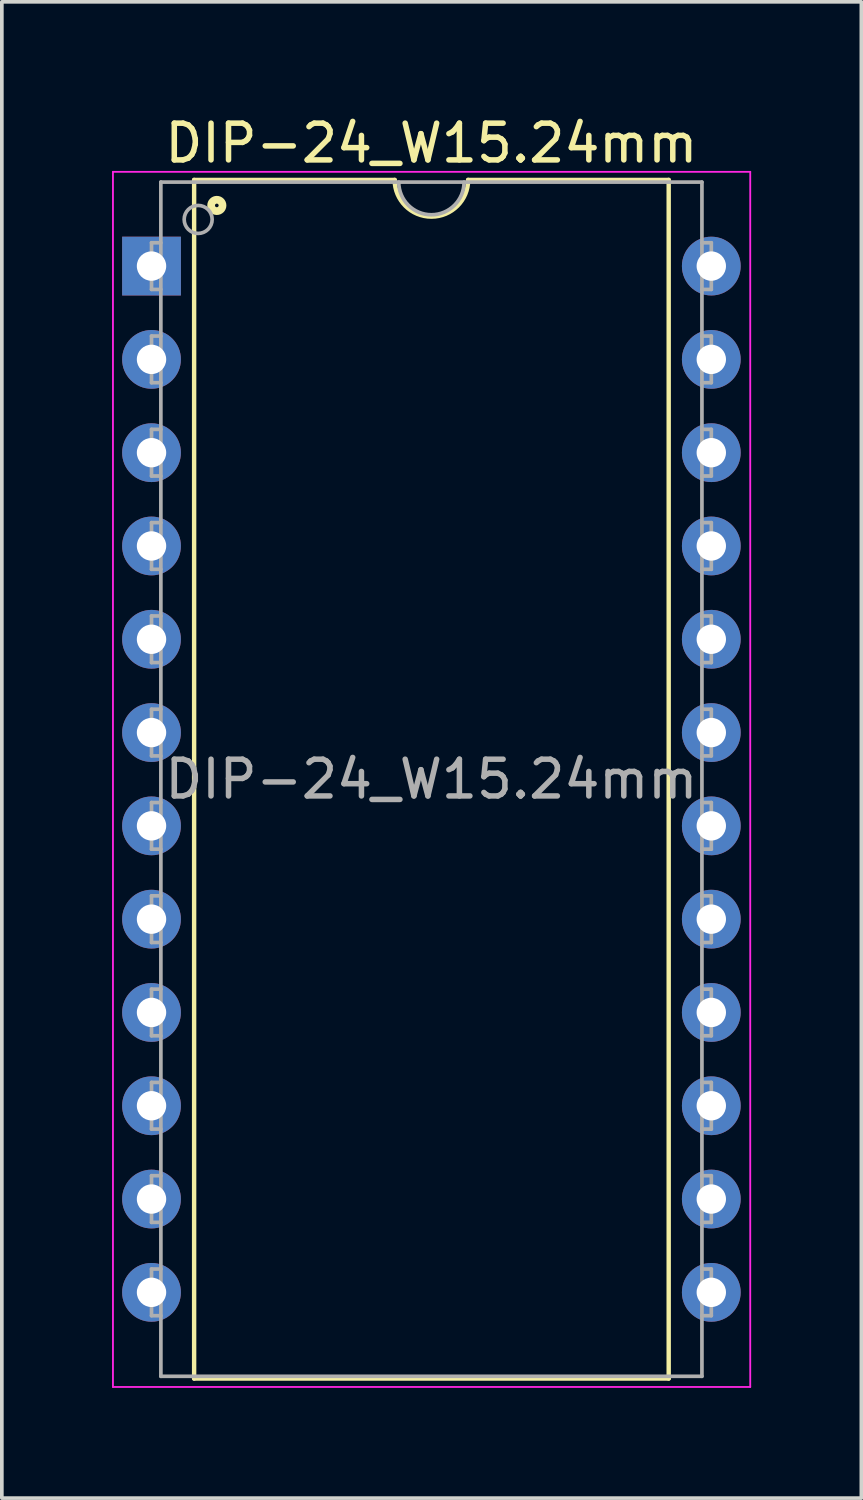
<source format=kicad_pcb>
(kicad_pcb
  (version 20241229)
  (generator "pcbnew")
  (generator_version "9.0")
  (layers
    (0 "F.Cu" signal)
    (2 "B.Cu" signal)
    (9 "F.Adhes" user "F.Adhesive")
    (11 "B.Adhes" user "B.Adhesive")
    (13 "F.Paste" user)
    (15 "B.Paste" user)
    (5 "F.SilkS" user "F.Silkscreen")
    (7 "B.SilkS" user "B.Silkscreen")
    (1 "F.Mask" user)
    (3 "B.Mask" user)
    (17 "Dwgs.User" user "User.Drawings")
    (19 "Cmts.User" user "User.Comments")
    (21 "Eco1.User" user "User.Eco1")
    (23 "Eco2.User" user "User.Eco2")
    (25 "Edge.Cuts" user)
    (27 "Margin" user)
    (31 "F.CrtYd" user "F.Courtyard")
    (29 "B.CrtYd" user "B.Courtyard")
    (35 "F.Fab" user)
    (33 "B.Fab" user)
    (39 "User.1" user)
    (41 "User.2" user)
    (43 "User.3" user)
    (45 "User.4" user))
  (footprint "DIP-24_W15.24mm"
    (layer "F.Cu")
    (at 1.075 4.194)
    (property "Reference" "DIP-24_W15.24mm" (at 7.62 -3.346 0) (layer "F.SilkS") (effects (font (size 1 1) (thickness 0.15))))
    (attr through_hole)
    (fp_line (start 1.16 -2.346) (end 1.16 30.286) (stroke (width 0.12) (type solid)) (layer "F.SilkS"))
    (fp_line (start 1.16 30.286) (end 14.08 30.286) (stroke (width 0.12) (type solid)) (layer "F.SilkS"))
    (fp_line (start 6.62 -2.346) (end 1.16 -2.346) (stroke (width 0.12) (type solid)) (layer "F.SilkS"))
    (fp_line (start 14.08 -2.346) (end 8.62 -2.346) (stroke (width 0.12) (type solid)) (layer "F.SilkS"))
    (fp_line (start 14.08 30.286) (end 14.08 -2.346) (stroke (width 0.12) (type solid)) (layer "F.SilkS"))
    (fp_arc (start 8.62 -2.346) (mid 7.62 -1.346) (end 6.62 -2.346) (stroke (width 0.12) (type solid)) (layer "F.SilkS"))
    (fp_circle (center 1.778 -1.651) (end 1.828 -1.651) (stroke (width 0.12) (type solid)) (fill no) (layer "F.SilkS"))
    (fp_circle (center 1.778 -1.651) (end 1.903 -1.651) (stroke (width 0.12) (type solid)) (fill no) (layer "F.SilkS"))
    (fp_circle (center 1.778 -1.651) (end 1.978 -1.651) (stroke (width 0.12) (type solid)) (fill no) (layer "F.SilkS"))
    (fp_line (start -1.05 -2.566) (end -1.05 30.516) (stroke (width 0.05) (type solid)) (layer "F.CrtYd"))
    (fp_line (start -1.05 30.516) (end 16.3 30.516) (stroke (width 0.05) (type solid)) (layer "F.CrtYd"))
    (fp_line (start 16.3 -2.566) (end -1.05 -2.566) (stroke (width 0.05) (type solid)) (layer "F.CrtYd"))
    (fp_line (start 16.3 30.516) (end 16.3 -2.566) (stroke (width 0.05) (type solid)) (layer "F.CrtYd"))
    (fp_line (start 0 -0.635) (end 0 0.635) (stroke (width 0.1) (type solid)) (layer "F.Fab"))
    (fp_line (start 0 -0.635) (end 0.254 -0.635) (stroke (width 0.1) (type solid)) (layer "F.Fab"))
    (fp_line (start 0 0.635) (end 0.254 0.635) (stroke (width 0.1) (type solid)) (layer "F.Fab"))
    (fp_line (start 0 1.905) (end 0 3.175) (stroke (width 0.1) (type solid)) (layer "F.Fab"))
    (fp_line (start 0 1.905) (end 0.254 1.905) (stroke (width 0.1) (type solid)) (layer "F.Fab"))
    (fp_line (start 0 3.175) (end 0.254 3.175) (stroke (width 0.1) (type solid)) (layer "F.Fab"))
    (fp_line (start 0 4.445) (end 0 5.715) (stroke (width 0.1) (type solid)) (layer "F.Fab"))
    (fp_line (start 0 4.445) (end 0.254 4.445) (stroke (width 0.1) (type solid)) (layer "F.Fab"))
    (fp_line (start 0 5.715) (end 0.254 5.715) (stroke (width 0.1) (type solid)) (layer "F.Fab"))
    (fp_line (start 0 6.985) (end 0 8.255) (stroke (width 0.1) (type solid)) (layer "F.Fab"))
    (fp_line (start 0 6.985) (end 0.254 6.985) (stroke (width 0.1) (type solid)) (layer "F.Fab"))
    (fp_line (start 0 8.255) (end 0.254 8.255) (stroke (width 0.1) (type solid)) (layer "F.Fab"))
    (fp_line (start 0 9.525) (end 0 10.795) (stroke (width 0.1) (type solid)) (layer "F.Fab"))
    (fp_line (start 0 9.525) (end 0.254 9.525) (stroke (width 0.1) (type solid)) (layer "F.Fab"))
    (fp_line (start 0 10.795) (end 0.254 10.795) (stroke (width 0.1) (type solid)) (layer "F.Fab"))
    (fp_line (start 0 12.065) (end 0 13.335) (stroke (width 0.1) (type solid)) (layer "F.Fab"))
    (fp_line (start 0 12.065) (end 0.254 12.065) (stroke (width 0.1) (type solid)) (layer "F.Fab"))
    (fp_line (start 0 13.335) (end 0.254 13.335) (stroke (width 0.1) (type solid)) (layer "F.Fab"))
    (fp_line (start 0 14.605) (end 0 15.875) (stroke (width 0.1) (type solid)) (layer "F.Fab"))
    (fp_line (start 0 14.605) (end 0.254 14.605) (stroke (width 0.1) (type solid)) (layer "F.Fab"))
    (fp_line (start 0 15.875) (end 0.254 15.875) (stroke (width 0.1) (type solid)) (layer "F.Fab"))
    (fp_line (start 0 17.145) (end 0 18.415) (stroke (width 0.1) (type solid)) (layer "F.Fab"))
    (fp_line (start 0 17.145) (end 0.254 17.145) (stroke (width 0.1) (type solid)) (layer "F.Fab"))
    (fp_line (start 0 18.415) (end 0.254 18.415) (stroke (width 0.1) (type solid)) (layer "F.Fab"))
    (fp_line (start 0 19.685) (end 0 20.955) (stroke (width 0.1) (type solid)) (layer "F.Fab"))
    (fp_line (start 0 19.685) (end 0.254 19.685) (stroke (width 0.1) (type solid)) (layer "F.Fab"))
    (fp_line (start 0 20.955) (end 0.254 20.955) (stroke (width 0.1) (type solid)) (layer "F.Fab"))
    (fp_line (start 0 22.225) (end 0 23.495) (stroke (width 0.1) (type solid)) (layer "F.Fab"))
    (fp_line (start 0 22.225) (end 0.254 22.225) (stroke (width 0.1) (type solid)) (layer "F.Fab"))
    (fp_line (start 0 23.495) (end 0.254 23.495) (stroke (width 0.1) (type solid)) (layer "F.Fab"))
    (fp_line (start 0 24.765) (end 0 26.035) (stroke (width 0.1) (type solid)) (layer "F.Fab"))
    (fp_line (start 0 24.765) (end 0.254 24.765) (stroke (width 0.1) (type solid)) (layer "F.Fab"))
    (fp_line (start 0 26.035) (end 0.254 26.035) (stroke (width 0.1) (type solid)) (layer "F.Fab"))
    (fp_line (start 0 27.305) (end 0 28.575) (stroke (width 0.1) (type solid)) (layer "F.Fab"))
    (fp_line (start 0 27.305) (end 0.254 27.305) (stroke (width 0.1) (type solid)) (layer "F.Fab"))
    (fp_line (start 0 28.575) (end 0.254 28.575) (stroke (width 0.1) (type solid)) (layer "F.Fab"))
    (fp_line (start 0.254 -2.286) (end 14.985 -2.286) (stroke (width 0.1) (type solid)) (layer "F.Fab"))
    (fp_line (start 0.255 30.226) (end 0.254 -2.286) (stroke (width 0.1) (type solid)) (layer "F.Fab"))
    (fp_line (start 14.985 -2.286) (end 14.985 30.226) (stroke (width 0.1) (type solid)) (layer "F.Fab"))
    (fp_line (start 14.985 30.226) (end 0.255 30.226) (stroke (width 0.1) (type solid)) (layer "F.Fab"))
    (fp_line (start 15.24 -0.635) (end 14.986 -0.635) (stroke (width 0.1) (type solid)) (layer "F.Fab"))
    (fp_line (start 15.24 0.635) (end 14.986 0.635) (stroke (width 0.1) (type solid)) (layer "F.Fab"))
    (fp_line (start 15.24 0.635) (end 15.24 -0.635) (stroke (width 0.1) (type solid)) (layer "F.Fab"))
    (fp_line (start 15.24 1.905) (end 14.986 1.905) (stroke (width 0.1) (type solid)) (layer "F.Fab"))
    (fp_line (start 15.24 3.175) (end 14.986 3.175) (stroke (width 0.1) (type solid)) (layer "F.Fab"))
    (fp_line (start 15.24 3.175) (end 15.24 1.905) (stroke (width 0.1) (type solid)) (layer "F.Fab"))
    (fp_line (start 15.24 4.445) (end 14.986 4.445) (stroke (width 0.1) (type solid)) (layer "F.Fab"))
    (fp_line (start 15.24 5.715) (end 14.986 5.715) (stroke (width 0.1) (type solid)) (layer "F.Fab"))
    (fp_line (start 15.24 5.715) (end 15.24 4.445) (stroke (width 0.1) (type solid)) (layer "F.Fab"))
    (fp_line (start 15.24 6.985) (end 14.986 6.985) (stroke (width 0.1) (type solid)) (layer "F.Fab"))
    (fp_line (start 15.24 8.255) (end 14.986 8.255) (stroke (width 0.1) (type solid)) (layer "F.Fab"))
    (fp_line (start 15.24 8.255) (end 15.24 6.985) (stroke (width 0.1) (type solid)) (layer "F.Fab"))
    (fp_line (start 15.24 9.525) (end 14.986 9.525) (stroke (width 0.1) (type solid)) (layer "F.Fab"))
    (fp_line (start 15.24 10.795) (end 14.986 10.795) (stroke (width 0.1) (type solid)) (layer "F.Fab"))
    (fp_line (start 15.24 10.795) (end 15.24 9.525) (stroke (width 0.1) (type solid)) (layer "F.Fab"))
    (fp_line (start 15.24 12.065) (end 14.986 12.065) (stroke (width 0.1) (type solid)) (layer "F.Fab"))
    (fp_line (start 15.24 13.335) (end 14.986 13.335) (stroke (width 0.1) (type solid)) (layer "F.Fab"))
    (fp_line (start 15.24 13.335) (end 15.24 12.065) (stroke (width 0.1) (type solid)) (layer "F.Fab"))
    (fp_line (start 15.24 14.605) (end 14.986 14.605) (stroke (width 0.1) (type solid)) (layer "F.Fab"))
    (fp_line (start 15.24 15.875) (end 14.986 15.875) (stroke (width 0.1) (type solid)) (layer "F.Fab"))
    (fp_line (start 15.24 15.875) (end 15.24 14.605) (stroke (width 0.1) (type solid)) (layer "F.Fab"))
    (fp_line (start 15.24 17.145) (end 14.986 17.145) (stroke (width 0.1) (type solid)) (layer "F.Fab"))
    (fp_line (start 15.24 18.415) (end 14.986 18.415) (stroke (width 0.1) (type solid)) (layer "F.Fab"))
    (fp_line (start 15.24 18.415) (end 15.24 17.145) (stroke (width 0.1) (type solid)) (layer "F.Fab"))
    (fp_line (start 15.24 19.685) (end 14.986 19.685) (stroke (width 0.1) (type solid)) (layer "F.Fab"))
    (fp_line (start 15.24 20.955) (end 14.986 20.955) (stroke (width 0.1) (type solid)) (layer "F.Fab"))
    (fp_line (start 15.24 20.955) (end 15.24 19.685) (stroke (width 0.1) (type solid)) (layer "F.Fab"))
    (fp_line (start 15.24 22.225) (end 14.986 22.225) (stroke (width 0.1) (type solid)) (layer "F.Fab"))
    (fp_line (start 15.24 23.495) (end 14.986 23.495) (stroke (width 0.1) (type solid)) (layer "F.Fab"))
    (fp_line (start 15.24 23.495) (end 15.24 22.225) (stroke (width 0.1) (type solid)) (layer "F.Fab"))
    (fp_line (start 15.24 24.765) (end 14.986 24.765) (stroke (width 0.1) (type solid)) (layer "F.Fab"))
    (fp_line (start 15.24 26.035) (end 14.986 26.035) (stroke (width 0.1) (type solid)) (layer "F.Fab"))
    (fp_line (start 15.24 26.035) (end 15.24 24.765) (stroke (width 0.1) (type solid)) (layer "F.Fab"))
    (fp_line (start 15.24 27.305) (end 14.986 27.305) (stroke (width 0.1) (type solid)) (layer "F.Fab"))
    (fp_line (start 15.24 28.575) (end 14.986 28.575) (stroke (width 0.1) (type solid)) (layer "F.Fab"))
    (fp_line (start 15.24 28.575) (end 15.24 27.305) (stroke (width 0.1) (type solid)) (layer "F.Fab"))
    (fp_arc (start 8.509 -2.286) (mid 7.62 -1.397) (end 6.731 -2.286) (stroke (width 0.1) (type solid)) (layer "F.Fab"))
    (fp_circle (center 1.27 -1.27) (end 1.651 -1.27) (stroke (width 0.1) (type solid)) (fill no) (layer "F.Fab"))
    (fp_text user "${REFERENCE}" (at 7.62 13.97 0) (layer "F.Fab") (effects (font (size 1 1) (thickness 0.15))))
    (pad "1" thru_hole rect (at 0 0) (size 1.6 1.6) (drill 0.8) (layers "*.Cu" "*.Mask"))
    (pad "2" thru_hole oval (at 0 2.54) (size 1.6 1.6) (drill 0.8) (layers "*.Cu" "*.Mask"))
    (pad "3" thru_hole oval (at 0 5.08) (size 1.6 1.6) (drill 0.8) (layers "*.Cu" "*.Mask"))
    (pad "4" thru_hole oval (at 0 7.62) (size 1.6 1.6) (drill 0.8) (layers "*.Cu" "*.Mask"))
    (pad "5" thru_hole oval (at 0 10.16) (size 1.6 1.6) (drill 0.8) (layers "*.Cu" "*.Mask"))
    (pad "6" thru_hole oval (at 0 12.7) (size 1.6 1.6) (drill 0.8) (layers "*.Cu" "*.Mask"))
    (pad "7" thru_hole oval (at 0 15.24) (size 1.6 1.6) (drill 0.8) (layers "*.Cu" "*.Mask"))
    (pad "8" thru_hole oval (at 0 17.78) (size 1.6 1.6) (drill 0.8) (layers "*.Cu" "*.Mask"))
    (pad "9" thru_hole oval (at 0 20.32) (size 1.6 1.6) (drill 0.8) (layers "*.Cu" "*.Mask"))
    (pad "10" thru_hole oval (at 0 22.86) (size 1.6 1.6) (drill 0.8) (layers "*.Cu" "*.Mask"))
    (pad "11" thru_hole oval (at 0 25.4) (size 1.6 1.6) (drill 0.8) (layers "*.Cu" "*.Mask"))
    (pad "12" thru_hole oval (at 0 27.94) (size 1.6 1.6) (drill 0.8) (layers "*.Cu" "*.Mask"))
    (pad "13" thru_hole oval (at 15.24 27.94) (size 1.6 1.6) (drill 0.8) (layers "*.Cu" "*.Mask"))
    (pad "14" thru_hole oval (at 15.24 25.4) (size 1.6 1.6) (drill 0.8) (layers "*.Cu" "*.Mask"))
    (pad "15" thru_hole oval (at 15.24 22.86) (size 1.6 1.6) (drill 0.8) (layers "*.Cu" "*.Mask"))
    (pad "16" thru_hole oval (at 15.24 20.32) (size 1.6 1.6) (drill 0.8) (layers "*.Cu" "*.Mask"))
    (pad "17" thru_hole oval (at 15.24 17.78) (size 1.6 1.6) (drill 0.8) (layers "*.Cu" "*.Mask"))
    (pad "18" thru_hole oval (at 15.24 15.24) (size 1.6 1.6) (drill 0.8) (layers "*.Cu" "*.Mask"))
    (pad "19" thru_hole oval (at 15.24 12.7) (size 1.6 1.6) (drill 0.8) (layers "*.Cu" "*.Mask"))
    (pad "20" thru_hole oval (at 15.24 10.16) (size 1.6 1.6) (drill 0.8) (layers "*.Cu" "*.Mask"))
    (pad "21" thru_hole oval (at 15.24 7.62) (size 1.6 1.6) (drill 0.8) (layers "*.Cu" "*.Mask"))
    (pad "22" thru_hole oval (at 15.24 5.08) (size 1.6 1.6) (drill 0.8) (layers "*.Cu" "*.Mask"))
    (pad "23" thru_hole oval (at 15.24 2.54) (size 1.6 1.6) (drill 0.8) (layers "*.Cu" "*.Mask"))
    (pad "24" thru_hole oval (at 15.24 0) (size 1.6 1.6) (drill 0.8) (layers "*.Cu" "*.Mask")))
  (gr_rect
    (start -3 -3)
    (end 20.4 37.735)
    (stroke (width 0.1) (type default))
    (fill no)
    (layer "Edge.Cuts")))
</source>
